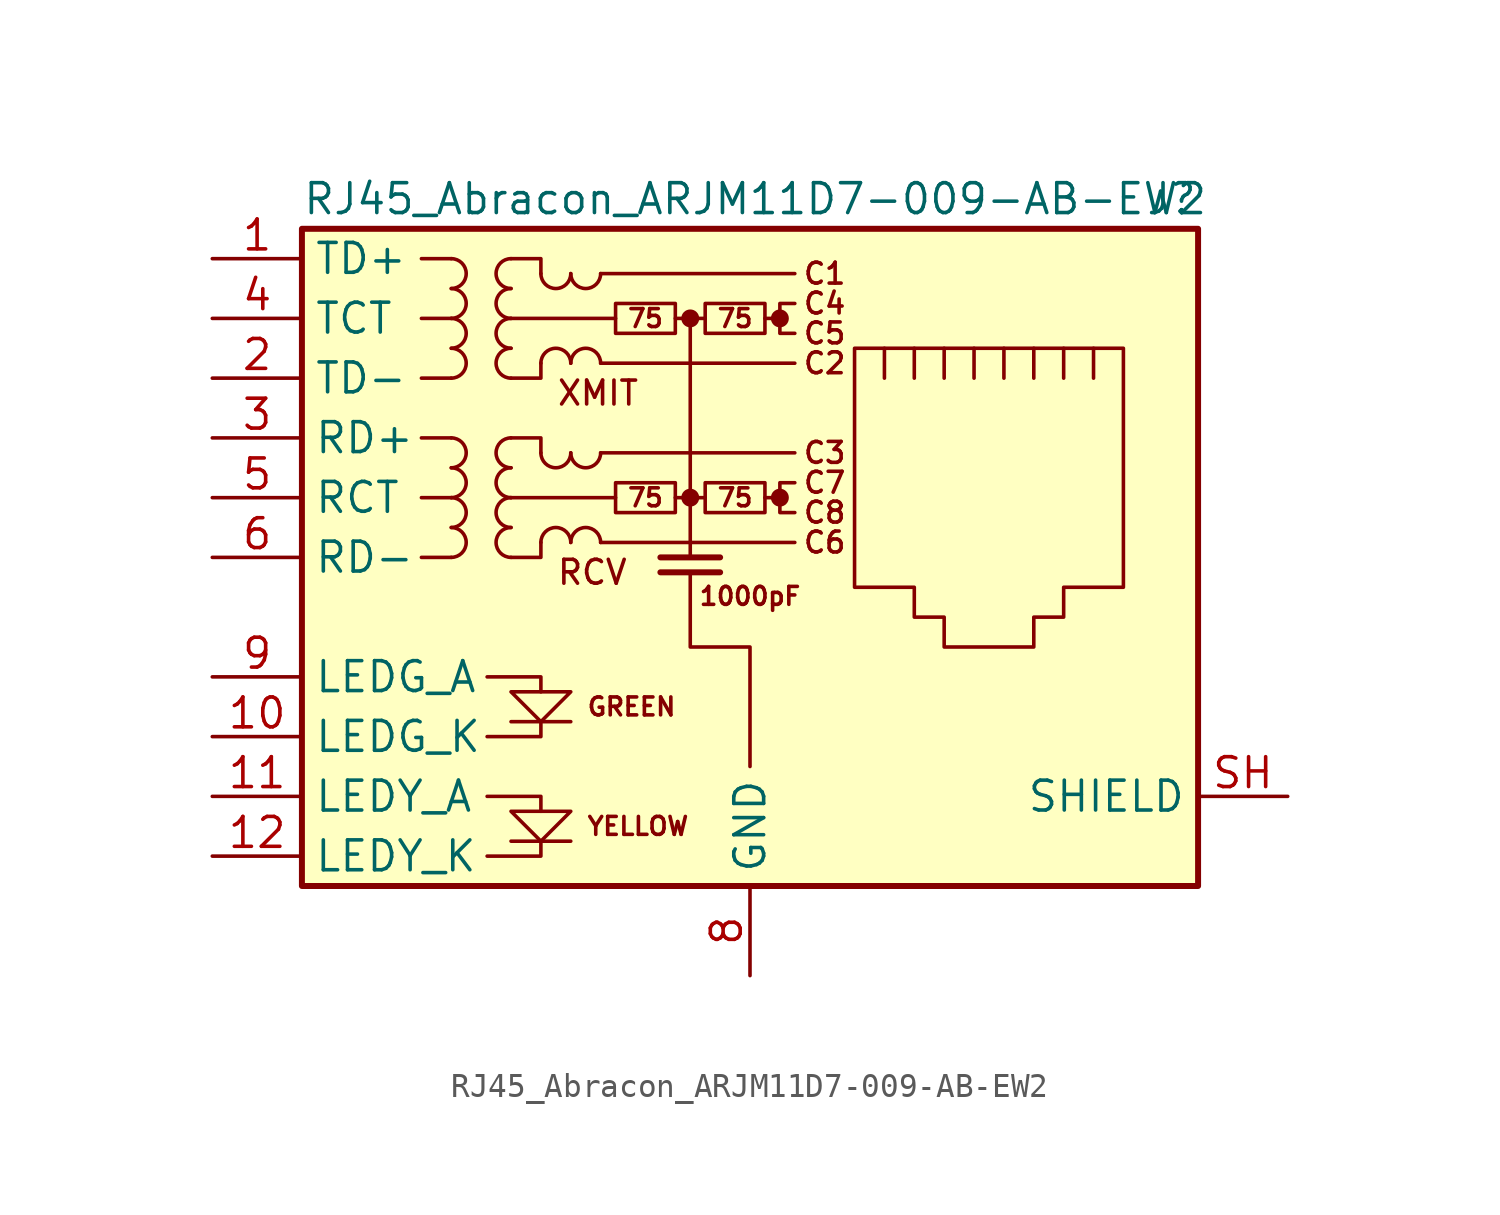
<source format=kicad_sym>
(kicad_symbol_lib
  (version 20220914)
  (generator kicad_symbol_editor)
  (symbol "RJ45_Abracon_ARJM11D7-009-AB-EW2"
    (property "Reference" "J"
      (at 19.05 15.24 0)
      (effects (font (size 1.27 1.27)) (justify right)))
    (property "Value" "RJ45_Abracon_ARJM11D7-009-AB-EW2"
      (at -19.05 15.24 0)
      (effects (font (size 1.27 1.27)) (justify left)))
    (symbol "RJ45_Abracon_ARJM11D7-009-AB-EW2_0_0"
      (circle (center -2.54 2.54) (radius 0.254) (stroke (width 0.254) (type default)) (fill (type outline)))
      (circle (center -2.54 10.16) (radius 0.254) (stroke (width 0.254) (type default)) (fill (type outline)))
      (polyline (pts (xy -7.62 -12.065) (xy -10.16 -12.065)) (stroke (width 0) (type default)) (fill (type none)))
      (polyline (pts (xy -7.62 -6.985) (xy -10.16 -6.985)) (stroke (width 0) (type default)) (fill (type none)))
      (polyline (pts (xy -2.54 10.16) (xy -2.54 0)) (stroke (width 0) (type default)) (fill (type none)))
      (polyline (pts (xy -1.27 -0.635) (xy -3.81 -0.635)) (stroke (width 0.254) (type default)) (fill (type none)))
      (polyline (pts (xy -1.27 0) (xy -3.81 0)) (stroke (width 0.254) (type default)) (fill (type none)))
      (polyline (pts (xy 1.27 2.54) (xy 0.635 2.54)) (stroke (width 0) (type default)) (fill (type none)))
      (polyline (pts (xy 1.27 10.16) (xy 0.635 10.16)) (stroke (width 0) (type default)) (fill (type none)))
      (polyline (pts (xy -11.176 -12.7) (xy -8.89 -12.7) (xy -8.89 -12.065)) (stroke (width 0) (type default)) (fill (type none)))
      (polyline (pts (xy -11.176 -10.16) (xy -8.89 -10.16) (xy -8.89 -10.795)) (stroke (width 0) (type default)) (fill (type none)))
      (polyline (pts (xy -11.176 -5.08) (xy -8.89 -5.08) (xy -8.89 -5.715)) (stroke (width 0) (type default)) (fill (type none)))
      (polyline (pts (xy -8.89 -6.985) (xy -8.89 -7.62) (xy -11.176 -7.62)) (stroke (width 0) (type default)) (fill (type none)))
      (polyline (pts (xy -10.16 -5.715) (xy -7.62 -5.715) (xy -8.89 -6.985) (xy -10.16 -5.715)) (stroke (width 0) (type default)) (fill (type none)))
      (polyline (pts (xy -7.62 -10.795) (xy -10.16 -10.795) (xy -8.89 -12.065) (xy -7.62 -10.795)) (stroke (width 0) (type default)) (fill (type none)))
      (polyline (pts (xy -2.54 -0.635) (xy -2.54 -3.81) (xy 0 -3.81) (xy 0 -8.89)) (stroke (width 0) (type default)) (fill (type none)))
      (polyline (pts (xy 1.905 3.175) (xy 1.27 3.175) (xy 1.27 1.905) (xy 1.905 1.905)) (stroke (width 0) (type default)) (fill (type none)))
      (polyline (pts (xy 1.905 10.795) (xy 1.27 10.795) (xy 1.27 9.525) (xy 1.905 9.525)) (stroke (width 0) (type default)) (fill (type none)))
      (circle (center 1.27 2.54) (radius 0.254) (stroke (width 0.254) (type default)) (fill (type outline)))
      (circle (center 1.27 10.16) (radius 0.254) (stroke (width 0.254) (type default)) (fill (type outline)))
      (text "1000pF" (at 0 -1.651 0) (effects (font (size 0.762 0.762))))
      (text "75" (at -4.445 2.54 0) (effects (font (size 0.762 0.762))))
      (text "75" (at -4.445 10.16 0) (effects (font (size 0.762 0.762))))
      (text "75" (at -0.635 2.54 0) (effects (font (size 0.762 0.762))))
      (text "75" (at -0.635 10.16 0) (effects (font (size 0.762 0.762))))
      (text "C1" (at 3.175 12.065 0) (effects (font (size 0.889 0.889))))
      (text "C2" (at 3.175 8.255 0) (effects (font (size 0.889 0.889))))
      (text "C3" (at 3.175 4.445 0) (effects (font (size 0.889 0.889))))
      (text "C4" (at 3.175 10.795 0) (effects (font (size 0.889 0.889))))
      (text "C5" (at 3.175 9.525 0) (effects (font (size 0.889 0.889))))
      (text "C6" (at 3.175 0.635 0) (effects (font (size 0.889 0.889))))
      (text "C7" (at 3.175 3.175 0) (effects (font (size 0.889 0.889))))
      (text "C8" (at 3.175 1.905 0) (effects (font (size 0.889 0.889))))
      (text "GREEN" (at -6.985 -6.35 0) (effects (font (size 0.762 0.762)) (justify left)))
      (text "RCV" (at -8.255 -0.635 0) (effects (font (size 1.016 1.016)) (justify left)))
      (text "XMIT" (at -8.255 6.985 0) (effects (font (size 1.016 1.016)) (justify left)))
      (text "YELLOW" (at -6.985 -11.43 0) (effects (font (size 0.762 0.762)) (justify left))))
    (symbol "RJ45_Abracon_ARJM11D7-009-AB-EW2_0_1"
      (rectangle (start -19.05 13.97) (end 19.05 -13.97) (stroke (width 0.254) (type default)) (fill (type background)))
      (arc (start -12.7 0) (mid -12.0677 0.635) (end -12.7 1.27) (stroke (width 0) (type default)) (fill (type none)))
      (arc (start -12.7 1.27) (mid -12.0677 1.905) (end -12.7 2.54) (stroke (width 0) (type default)) (fill (type none)))
      (arc (start -12.7 2.54) (mid -12.0677 3.175) (end -12.7 3.81) (stroke (width 0) (type default)) (fill (type none)))
      (arc (start -12.7 3.81) (mid -12.0677 4.445) (end -12.7 5.08) (stroke (width 0) (type default)) (fill (type none)))
      (arc (start -12.7 7.62) (mid -12.0677 8.255) (end -12.7 8.89) (stroke (width 0) (type default)) (fill (type none)))
      (arc (start -12.7 8.89) (mid -12.0677 9.525) (end -12.7 10.16) (stroke (width 0) (type default)) (fill (type none)))
      (arc (start -12.7 10.16) (mid -12.0677 10.795) (end -12.7 11.43) (stroke (width 0) (type default)) (fill (type none)))
      (arc (start -12.7 11.43) (mid -12.0677 12.065) (end -12.7 12.7) (stroke (width 0) (type default)) (fill (type none)))
      (arc (start -10.16 1.27) (mid -10.7923 0.635) (end -10.16 0) (stroke (width 0) (type default)) (fill (type none)))
      (arc (start -10.16 2.54) (mid -10.7923 1.905) (end -10.16 1.27) (stroke (width 0) (type default)) (fill (type none)))
      (arc (start -10.16 3.81) (mid -10.7923 3.175) (end -10.16 2.54) (stroke (width 0) (type default)) (fill (type none)))
      (arc (start -10.16 5.08) (mid -10.7923 4.445) (end -10.16 3.81) (stroke (width 0) (type default)) (fill (type none)))
      (arc (start -10.16 8.89) (mid -10.7923 8.255) (end -10.16 7.62) (stroke (width 0) (type default)) (fill (type none)))
      (arc (start -10.16 10.16) (mid -10.7923 9.525) (end -10.16 8.89) (stroke (width 0) (type default)) (fill (type none)))
      (arc (start -10.16 11.43) (mid -10.7923 10.795) (end -10.16 10.16) (stroke (width 0) (type default)) (fill (type none)))
      (arc (start -10.16 12.7) (mid -10.7923 12.065) (end -10.16 11.43) (stroke (width 0) (type default)) (fill (type none)))
      (arc (start -8.89 4.445) (mid -8.255 3.8127) (end -7.62 4.445) (stroke (width 0) (type default)) (fill (type none)))
      (arc (start -8.89 12.065) (mid -8.255 11.4327) (end -7.62 12.065) (stroke (width 0) (type default)) (fill (type none)))
      (arc (start -7.62 0.635) (mid -8.255 1.2673) (end -8.89 0.635) (stroke (width 0) (type default)) (fill (type none)))
      (arc (start -7.62 4.445) (mid -6.985 3.8127) (end -6.35 4.445) (stroke (width 0) (type default)) (fill (type none)))
      (arc (start -7.62 8.255) (mid -8.255 8.8873) (end -8.89 8.255) (stroke (width 0) (type default)) (fill (type none)))
      (arc (start -7.62 12.065) (mid -6.985 11.4327) (end -6.35 12.065) (stroke (width 0) (type default)) (fill (type none)))
      (arc (start -6.35 0.635) (mid -6.985 1.2673) (end -7.62 0.635) (stroke (width 0) (type default)) (fill (type none)))
      (arc (start -6.35 8.255) (mid -6.985 8.8873) (end -7.62 8.255) (stroke (width 0) (type default)) (fill (type none)))
      (rectangle (start -5.715 3.175) (end -3.175 1.905) (stroke (width 0) (type default)) (fill (type none)))
      (rectangle (start -5.715 10.795) (end -3.175 9.525) (stroke (width 0) (type default)) (fill (type none)))
      (rectangle (start -1.905 3.175) (end 0.635 1.905) (stroke (width 0) (type default)) (fill (type none)))
      (rectangle (start -1.905 10.795) (end 0.635 9.525) (stroke (width 0) (type default)) (fill (type none)))
      (polyline (pts (xy -12.7 0) (xy -13.97 0)) (stroke (width 0) (type default)) (fill (type none)))
      (polyline (pts (xy -12.7 2.54) (xy -13.97 2.54)) (stroke (width 0) (type default)) (fill (type none)))
      (polyline (pts (xy -12.7 5.08) (xy -13.97 5.08)) (stroke (width 0) (type default)) (fill (type none)))
      (polyline (pts (xy -12.7 7.62) (xy -13.97 7.62)) (stroke (width 0) (type default)) (fill (type none)))
      (polyline (pts (xy -12.7 10.16) (xy -13.97 10.16)) (stroke (width 0) (type default)) (fill (type none)))
      (polyline (pts (xy -12.7 12.7) (xy -13.97 12.7)) (stroke (width 0) (type default)) (fill (type none)))
      (polyline (pts (xy -6.35 0.635) (xy 1.905 0.635)) (stroke (width 0) (type default)) (fill (type none)))
      (polyline (pts (xy -6.35 4.445) (xy 1.905 4.445)) (stroke (width 0) (type default)) (fill (type none)))
      (polyline (pts (xy -6.35 8.255) (xy 1.905 8.255)) (stroke (width 0) (type default)) (fill (type none)))
      (polyline (pts (xy -6.35 12.065) (xy 1.905 12.065)) (stroke (width 0) (type default)) (fill (type none)))
      (polyline (pts (xy -5.715 2.54) (xy -10.16 2.54)) (stroke (width 0) (type default)) (fill (type none)))
      (polyline (pts (xy -5.715 10.16) (xy -10.16 10.16)) (stroke (width 0) (type default)) (fill (type none)))
      (polyline (pts (xy -3.175 2.54) (xy -1.905 2.54)) (stroke (width 0) (type default)) (fill (type none)))
      (polyline (pts (xy -3.175 10.16) (xy -1.905 10.16)) (stroke (width 0) (type default)) (fill (type none)))
      (polyline (pts (xy 5.715 7.62) (xy 5.715 8.89)) (stroke (width 0) (type default)) (fill (type none)))
      (polyline (pts (xy 6.985 8.89) (xy 6.985 7.62)) (stroke (width 0) (type default)) (fill (type none)))
      (polyline (pts (xy 8.255 8.89) (xy 8.255 7.62)) (stroke (width 0) (type default)) (fill (type none)))
      (polyline (pts (xy 9.525 8.89) (xy 9.525 7.62)) (stroke (width 0) (type default)) (fill (type none)))
      (polyline (pts (xy 10.795 8.89) (xy 10.795 7.62)) (stroke (width 0) (type default)) (fill (type none)))
      (polyline (pts (xy 12.065 8.89) (xy 12.065 7.62)) (stroke (width 0) (type default)) (fill (type none)))
      (polyline (pts (xy 13.335 7.62) (xy 13.335 8.89)) (stroke (width 0) (type default)) (fill (type none)))
      (polyline (pts (xy 14.605 7.62) (xy 14.605 8.89)) (stroke (width 0) (type default)) (fill (type none)))
      (polyline (pts (xy -10.16 5.08) (xy -8.89 5.08) (xy -8.89 4.445)) (stroke (width 0) (type default)) (fill (type none)))
      (polyline (pts (xy -10.16 12.7) (xy -8.89 12.7) (xy -8.89 12.065)) (stroke (width 0) (type default)) (fill (type none)))
      (polyline (pts (xy -8.89 0.635) (xy -8.89 0) (xy -10.16 0)) (stroke (width 0) (type default)) (fill (type none)))
      (polyline (pts (xy -8.89 8.255) (xy -8.89 7.62) (xy -10.16 7.62)) (stroke (width 0) (type default)) (fill (type none)))
      (polyline (pts (xy 4.445 8.89) (xy 15.875 8.89) (xy 15.875 -1.27) (xy 13.335 -1.27) (xy 13.335 -2.54) (xy 12.065 -2.54) (xy 12.065 -3.81) (xy 8.255 -3.81) (xy 8.255 -2.54) (xy 6.985 -2.54) (xy 6.985 -1.27) (xy 4.445 -1.27) (xy 4.445 8.89)) (stroke (width 0) (type default)) (fill (type none))))
    (symbol "RJ45_Abracon_ARJM11D7-009-AB-EW2_1_1"
      (pin passive line (at -22.86 12.7 0) (length 3.81) (name "TD+" (effects (font (size 1.27 1.27)))) (number "1" (effects (font (size 1.27 1.27)))))
      (pin passive line (at -22.86 -7.62 0) (length 3.81) (name "LEDG_K" (effects (font (size 1.27 1.27)))) (number "10" (effects (font (size 1.27 1.27)))))
      (pin passive line (at -22.86 -10.16 0) (length 3.81) (name "LEDY_A" (effects (font (size 1.27 1.27)))) (number "11" (effects (font (size 1.27 1.27)))))
      (pin passive line (at -22.86 -12.7 0) (length 3.81) (name "LEDY_K" (effects (font (size 1.27 1.27)))) (number "12" (effects (font (size 1.27 1.27)))))
      (pin passive line (at -22.86 7.62 0) (length 3.81) (name "TD-" (effects (font (size 1.27 1.27)))) (number "2" (effects (font (size 1.27 1.27)))))
      (pin passive line (at -22.86 5.08 0) (length 3.81) (name "RD+" (effects (font (size 1.27 1.27)))) (number "3" (effects (font (size 1.27 1.27)))))
      (pin passive line (at -22.86 10.16 0) (length 3.81) (name "TCT" (effects (font (size 1.27 1.27)))) (number "4" (effects (font (size 1.27 1.27)))))
      (pin passive line (at -22.86 2.54 0) (length 3.81) (name "RCT" (effects (font (size 1.27 1.27)))) (number "5" (effects (font (size 1.27 1.27)))))
      (pin passive line (at -22.86 0 0) (length 3.81) (name "RD-" (effects (font (size 1.27 1.27)))) (number "6" (effects (font (size 1.27 1.27)))))
      (pin no_connect line (at 5.08 -5.08 0) (length 0) hide (name "NC" (effects (font (size 1.27 1.27)))) (number "7" (effects (font (size 1.27 1.27)))))
      (pin power_in line (at 0 -17.78 90) (length 3.81) (name "GND" (effects (font (size 1.27 1.27)))) (number "8" (effects (font (size 1.27 1.27)))))
      (pin passive line (at -22.86 -5.08 0) (length 3.81) (name "LEDG_A" (effects (font (size 1.27 1.27)))) (number "9" (effects (font (size 1.27 1.27)))))
      (pin passive line (at 22.86 -10.16 180) (length 3.81) (name "SHIELD" (effects (font (size 1.27 1.27)))) (number "SH" (effects (font (size 1.27 1.27))))))))
</source>
